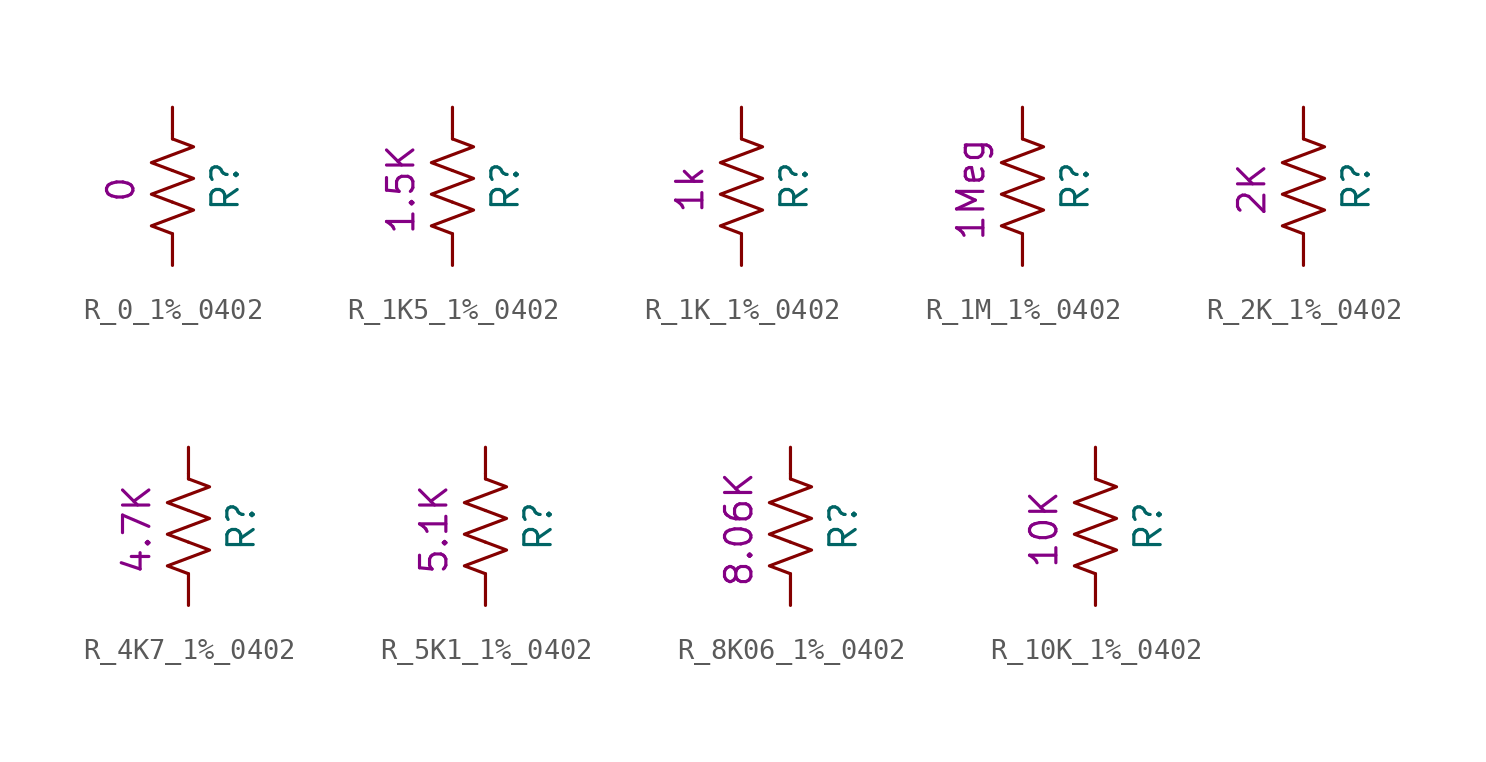
<source format=kicad_sym>
(kicad_symbol_lib
  (version 20211014)
  (generator kicad_symbol_editor)
  (symbol "R_0_1%_0402"
    (pin_numbers hide)
    (pin_names
      (offset 0))
    (property "Reference" "R"
      (at 2.54 1.27 90)
      (effects (font (size 1.27 1.27))))
    (property "Res_value" "0"
      (at -2.489 1.118 90)
      (effects (font (size 1.27 1.27))))
    (symbol "R_0_1%_0402_0_1"
      (polyline (pts (xy 0 -1.016) (xy 0 -1.27)) (stroke (width 0) (type default) (color 0 0 0 0)) (fill (type none)))
      (polyline (pts (xy 0 3.556) (xy 0 3.81)) (stroke (width 0) (type default) (color 0 0 0 0)) (fill (type none)))
      (polyline (pts (xy 0 0.508) (xy 1.016 0.127) (xy 0 -0.254) (xy -1.016 -0.635) (xy 0 -1.016)) (stroke (width 0) (type default) (color 0 0 0 0)) (fill (type none)))
      (polyline (pts (xy 0 2.032) (xy 1.016 1.651) (xy 0 1.27) (xy -1.016 0.889) (xy 0 0.508)) (stroke (width 0) (type default) (color 0 0 0 0)) (fill (type none)))
      (polyline (pts (xy 0 3.556) (xy 1.016 3.175) (xy 0 2.794) (xy -1.016 2.413) (xy 0 2.032)) (stroke (width 0) (type default) (color 0 0 0 0)) (fill (type none))))
    (symbol "R_0_1%_0402_1_1"
      (pin passive line (at 0 5.08 270) (length 1.27) (name "~" (effects (font (size 1.27 1.27)))) (number "1" (effects (font (size 1.27 1.27)))))
      (pin passive line (at 0 -2.54 90) (length 1.27) (name "~" (effects (font (size 1.27 1.27)))) (number "2" (effects (font (size 1.27 1.27)))))))
  (symbol "R_1K5_1%_0402"
    (pin_numbers hide)
    (pin_names
      (offset 0))
    (property "Reference" "R"
      (at 2.54 1.27 90)
      (effects (font (size 1.27 1.27))))
    (property "Res_value" "1.5K"
      (at -2.489 1.118 90)
      (effects (font (size 1.27 1.27))))
    (symbol "R_1K5_1%_0402_0_1"
      (polyline (pts (xy 0 -1.016) (xy 0 -1.27)) (stroke (width 0) (type default) (color 0 0 0 0)) (fill (type none)))
      (polyline (pts (xy 0 3.556) (xy 0 3.81)) (stroke (width 0) (type default) (color 0 0 0 0)) (fill (type none)))
      (polyline (pts (xy 0 0.508) (xy 1.016 0.127) (xy 0 -0.254) (xy -1.016 -0.635) (xy 0 -1.016)) (stroke (width 0) (type default) (color 0 0 0 0)) (fill (type none)))
      (polyline (pts (xy 0 2.032) (xy 1.016 1.651) (xy 0 1.27) (xy -1.016 0.889) (xy 0 0.508)) (stroke (width 0) (type default) (color 0 0 0 0)) (fill (type none)))
      (polyline (pts (xy 0 3.556) (xy 1.016 3.175) (xy 0 2.794) (xy -1.016 2.413) (xy 0 2.032)) (stroke (width 0) (type default) (color 0 0 0 0)) (fill (type none))))
    (symbol "R_1K5_1%_0402_1_1"
      (pin passive line (at 0 5.08 270) (length 1.27) (name "~" (effects (font (size 1.27 1.27)))) (number "1" (effects (font (size 1.27 1.27)))))
      (pin passive line (at 0 -2.54 90) (length 1.27) (name "~" (effects (font (size 1.27 1.27)))) (number "2" (effects (font (size 1.27 1.27)))))))
  (symbol "R_1K_1%_0402"
    (pin_numbers hide)
    (pin_names
      (offset 0))
    (property "Reference" "R"
      (at 2.54 1.27 90)
      (effects (font (size 1.27 1.27))))
    (property "Res_value" "1k"
      (at -2.489 1.118 90)
      (effects (font (size 1.27 1.27))))
    (symbol "R_1K_1%_0402_0_1"
      (polyline (pts (xy 0 -1.016) (xy 0 -1.27)) (stroke (width 0) (type default) (color 0 0 0 0)) (fill (type none)))
      (polyline (pts (xy 0 3.556) (xy 0 3.81)) (stroke (width 0) (type default) (color 0 0 0 0)) (fill (type none)))
      (polyline (pts (xy 0 0.508) (xy 1.016 0.127) (xy 0 -0.254) (xy -1.016 -0.635) (xy 0 -1.016)) (stroke (width 0) (type default) (color 0 0 0 0)) (fill (type none)))
      (polyline (pts (xy 0 2.032) (xy 1.016 1.651) (xy 0 1.27) (xy -1.016 0.889) (xy 0 0.508)) (stroke (width 0) (type default) (color 0 0 0 0)) (fill (type none)))
      (polyline (pts (xy 0 3.556) (xy 1.016 3.175) (xy 0 2.794) (xy -1.016 2.413) (xy 0 2.032)) (stroke (width 0) (type default) (color 0 0 0 0)) (fill (type none))))
    (symbol "R_1K_1%_0402_1_1"
      (pin passive line (at 0 5.08 270) (length 1.27) (name "~" (effects (font (size 1.27 1.27)))) (number "1" (effects (font (size 1.27 1.27)))))
      (pin passive line (at 0 -2.54 90) (length 1.27) (name "~" (effects (font (size 1.27 1.27)))) (number "2" (effects (font (size 1.27 1.27)))))))
  (symbol "R_1M_1%_0402"
    (pin_numbers hide)
    (pin_names
      (offset 0))
    (property "Reference" "R"
      (at 2.54 1.27 90)
      (effects (font (size 1.27 1.27))))
    (property "Res_value" "1Meg"
      (at -2.489 1.118 90)
      (effects (font (size 1.27 1.27))))
    (symbol "R_1M_1%_0402_0_1"
      (polyline (pts (xy 0 -1.016) (xy 0 -1.27)) (stroke (width 0) (type default) (color 0 0 0 0)) (fill (type none)))
      (polyline (pts (xy 0 3.556) (xy 0 3.81)) (stroke (width 0) (type default) (color 0 0 0 0)) (fill (type none)))
      (polyline (pts (xy 0 0.508) (xy 1.016 0.127) (xy 0 -0.254) (xy -1.016 -0.635) (xy 0 -1.016)) (stroke (width 0) (type default) (color 0 0 0 0)) (fill (type none)))
      (polyline (pts (xy 0 2.032) (xy 1.016 1.651) (xy 0 1.27) (xy -1.016 0.889) (xy 0 0.508)) (stroke (width 0) (type default) (color 0 0 0 0)) (fill (type none)))
      (polyline (pts (xy 0 3.556) (xy 1.016 3.175) (xy 0 2.794) (xy -1.016 2.413) (xy 0 2.032)) (stroke (width 0) (type default) (color 0 0 0 0)) (fill (type none))))
    (symbol "R_1M_1%_0402_1_1"
      (pin passive line (at 0 5.08 270) (length 1.27) (name "~" (effects (font (size 1.27 1.27)))) (number "1" (effects (font (size 1.27 1.27)))))
      (pin passive line (at 0 -2.54 90) (length 1.27) (name "~" (effects (font (size 1.27 1.27)))) (number "2" (effects (font (size 1.27 1.27)))))))
  (symbol "R_2K_1%_0402"
    (pin_numbers hide)
    (pin_names
      (offset 0))
    (property "Reference" "R"
      (at 2.54 1.27 90)
      (effects (font (size 1.27 1.27))))
    (property "Res_value" "2K"
      (at -2.489 1.118 90)
      (effects (font (size 1.27 1.27))))
    (symbol "R_2K_1%_0402_0_1"
      (polyline (pts (xy 0 -1.016) (xy 0 -1.27)) (stroke (width 0) (type default) (color 0 0 0 0)) (fill (type none)))
      (polyline (pts (xy 0 3.556) (xy 0 3.81)) (stroke (width 0) (type default) (color 0 0 0 0)) (fill (type none)))
      (polyline (pts (xy 0 0.508) (xy 1.016 0.127) (xy 0 -0.254) (xy -1.016 -0.635) (xy 0 -1.016)) (stroke (width 0) (type default) (color 0 0 0 0)) (fill (type none)))
      (polyline (pts (xy 0 2.032) (xy 1.016 1.651) (xy 0 1.27) (xy -1.016 0.889) (xy 0 0.508)) (stroke (width 0) (type default) (color 0 0 0 0)) (fill (type none)))
      (polyline (pts (xy 0 3.556) (xy 1.016 3.175) (xy 0 2.794) (xy -1.016 2.413) (xy 0 2.032)) (stroke (width 0) (type default) (color 0 0 0 0)) (fill (type none))))
    (symbol "R_2K_1%_0402_1_1"
      (pin passive line (at 0 5.08 270) (length 1.27) (name "~" (effects (font (size 1.27 1.27)))) (number "1" (effects (font (size 1.27 1.27)))))
      (pin passive line (at 0 -2.54 90) (length 1.27) (name "~" (effects (font (size 1.27 1.27)))) (number "2" (effects (font (size 1.27 1.27)))))))
  (symbol "R_4K7_1%_0402"
    (pin_numbers hide)
    (pin_names
      (offset 0))
    (property "Reference" "R"
      (at 2.54 1.27 90)
      (effects (font (size 1.27 1.27))))
    (property "Res_value" "4.7K"
      (at -2.489 1.118 90)
      (effects (font (size 1.27 1.27))))
    (symbol "R_4K7_1%_0402_0_1"
      (polyline (pts (xy 0 -1.016) (xy 0 -1.27)) (stroke (width 0) (type default) (color 0 0 0 0)) (fill (type none)))
      (polyline (pts (xy 0 3.556) (xy 0 3.81)) (stroke (width 0) (type default) (color 0 0 0 0)) (fill (type none)))
      (polyline (pts (xy 0 0.508) (xy 1.016 0.127) (xy 0 -0.254) (xy -1.016 -0.635) (xy 0 -1.016)) (stroke (width 0) (type default) (color 0 0 0 0)) (fill (type none)))
      (polyline (pts (xy 0 2.032) (xy 1.016 1.651) (xy 0 1.27) (xy -1.016 0.889) (xy 0 0.508)) (stroke (width 0) (type default) (color 0 0 0 0)) (fill (type none)))
      (polyline (pts (xy 0 3.556) (xy 1.016 3.175) (xy 0 2.794) (xy -1.016 2.413) (xy 0 2.032)) (stroke (width 0) (type default) (color 0 0 0 0)) (fill (type none))))
    (symbol "R_4K7_1%_0402_1_1"
      (pin passive line (at 0 5.08 270) (length 1.27) (name "~" (effects (font (size 1.27 1.27)))) (number "1" (effects (font (size 1.27 1.27)))))
      (pin passive line (at 0 -2.54 90) (length 1.27) (name "~" (effects (font (size 1.27 1.27)))) (number "2" (effects (font (size 1.27 1.27)))))))
  (symbol "R_5K1_1%_0402"
    (pin_numbers hide)
    (pin_names
      (offset 0))
    (property "Reference" "R"
      (at 2.54 1.27 90)
      (effects (font (size 1.27 1.27))))
    (property "Res_value" "5.1K"
      (at -2.489 1.118 90)
      (effects (font (size 1.27 1.27))))
    (symbol "R_5K1_1%_0402_0_1"
      (polyline (pts (xy 0 -1.016) (xy 0 -1.27)) (stroke (width 0) (type default) (color 0 0 0 0)) (fill (type none)))
      (polyline (pts (xy 0 3.556) (xy 0 3.81)) (stroke (width 0) (type default) (color 0 0 0 0)) (fill (type none)))
      (polyline (pts (xy 0 0.508) (xy 1.016 0.127) (xy 0 -0.254) (xy -1.016 -0.635) (xy 0 -1.016)) (stroke (width 0) (type default) (color 0 0 0 0)) (fill (type none)))
      (polyline (pts (xy 0 2.032) (xy 1.016 1.651) (xy 0 1.27) (xy -1.016 0.889) (xy 0 0.508)) (stroke (width 0) (type default) (color 0 0 0 0)) (fill (type none)))
      (polyline (pts (xy 0 3.556) (xy 1.016 3.175) (xy 0 2.794) (xy -1.016 2.413) (xy 0 2.032)) (stroke (width 0) (type default) (color 0 0 0 0)) (fill (type none))))
    (symbol "R_5K1_1%_0402_1_1"
      (pin passive line (at 0 5.08 270) (length 1.27) (name "~" (effects (font (size 1.27 1.27)))) (number "1" (effects (font (size 1.27 1.27)))))
      (pin passive line (at 0 -2.54 90) (length 1.27) (name "~" (effects (font (size 1.27 1.27)))) (number "2" (effects (font (size 1.27 1.27)))))))
  (symbol "R_8K06_1%_0402"
    (pin_numbers hide)
    (pin_names
      (offset 0))
    (property "Reference" "R"
      (at 2.54 1.27 90)
      (effects (font (size 1.27 1.27))))
    (property "Res_value" "8.06K"
      (at -2.489 1.118 90)
      (effects (font (size 1.27 1.27))))
    (symbol "R_8K06_1%_0402_0_1"
      (polyline (pts (xy 0 -1.016) (xy 0 -1.27)) (stroke (width 0) (type default) (color 0 0 0 0)) (fill (type none)))
      (polyline (pts (xy 0 3.556) (xy 0 3.81)) (stroke (width 0) (type default) (color 0 0 0 0)) (fill (type none)))
      (polyline (pts (xy 0 0.508) (xy 1.016 0.127) (xy 0 -0.254) (xy -1.016 -0.635) (xy 0 -1.016)) (stroke (width 0) (type default) (color 0 0 0 0)) (fill (type none)))
      (polyline (pts (xy 0 2.032) (xy 1.016 1.651) (xy 0 1.27) (xy -1.016 0.889) (xy 0 0.508)) (stroke (width 0) (type default) (color 0 0 0 0)) (fill (type none)))
      (polyline (pts (xy 0 3.556) (xy 1.016 3.175) (xy 0 2.794) (xy -1.016 2.413) (xy 0 2.032)) (stroke (width 0) (type default) (color 0 0 0 0)) (fill (type none))))
    (symbol "R_8K06_1%_0402_1_1"
      (pin passive line (at 0 5.08 270) (length 1.27) (name "~" (effects (font (size 1.27 1.27)))) (number "1" (effects (font (size 1.27 1.27)))))
      (pin passive line (at 0 -2.54 90) (length 1.27) (name "~" (effects (font (size 1.27 1.27)))) (number "2" (effects (font (size 1.27 1.27)))))))
  (symbol "R_10K_1%_0402"
    (pin_numbers hide)
    (pin_names
      (offset 0))
    (property "Reference" "R"
      (at 2.54 1.27 90)
      (effects (font (size 1.27 1.27))))
    (property "Res_value" "10K"
      (at -2.489 1.118 90)
      (effects (font (size 1.27 1.27))))
    (symbol "R_10K_1%_0402_0_1"
      (polyline (pts (xy 0 -1.016) (xy 0 -1.27)) (stroke (width 0) (type default) (color 0 0 0 0)) (fill (type none)))
      (polyline (pts (xy 0 3.556) (xy 0 3.81)) (stroke (width 0) (type default) (color 0 0 0 0)) (fill (type none)))
      (polyline (pts (xy 0 0.508) (xy 1.016 0.127) (xy 0 -0.254) (xy -1.016 -0.635) (xy 0 -1.016)) (stroke (width 0) (type default) (color 0 0 0 0)) (fill (type none)))
      (polyline (pts (xy 0 2.032) (xy 1.016 1.651) (xy 0 1.27) (xy -1.016 0.889) (xy 0 0.508)) (stroke (width 0) (type default) (color 0 0 0 0)) (fill (type none)))
      (polyline (pts (xy 0 3.556) (xy 1.016 3.175) (xy 0 2.794) (xy -1.016 2.413) (xy 0 2.032)) (stroke (width 0) (type default) (color 0 0 0 0)) (fill (type none))))
    (symbol "R_10K_1%_0402_1_1"
      (pin passive line (at 0 5.08 270) (length 1.27) (name "~" (effects (font (size 1.27 1.27)))) (number "1" (effects (font (size 1.27 1.27)))))
      (pin passive line (at 0 -2.54 90) (length 1.27) (name "~" (effects (font (size 1.27 1.27)))) (number "2" (effects (font (size 1.27 1.27))))))))
</source>
